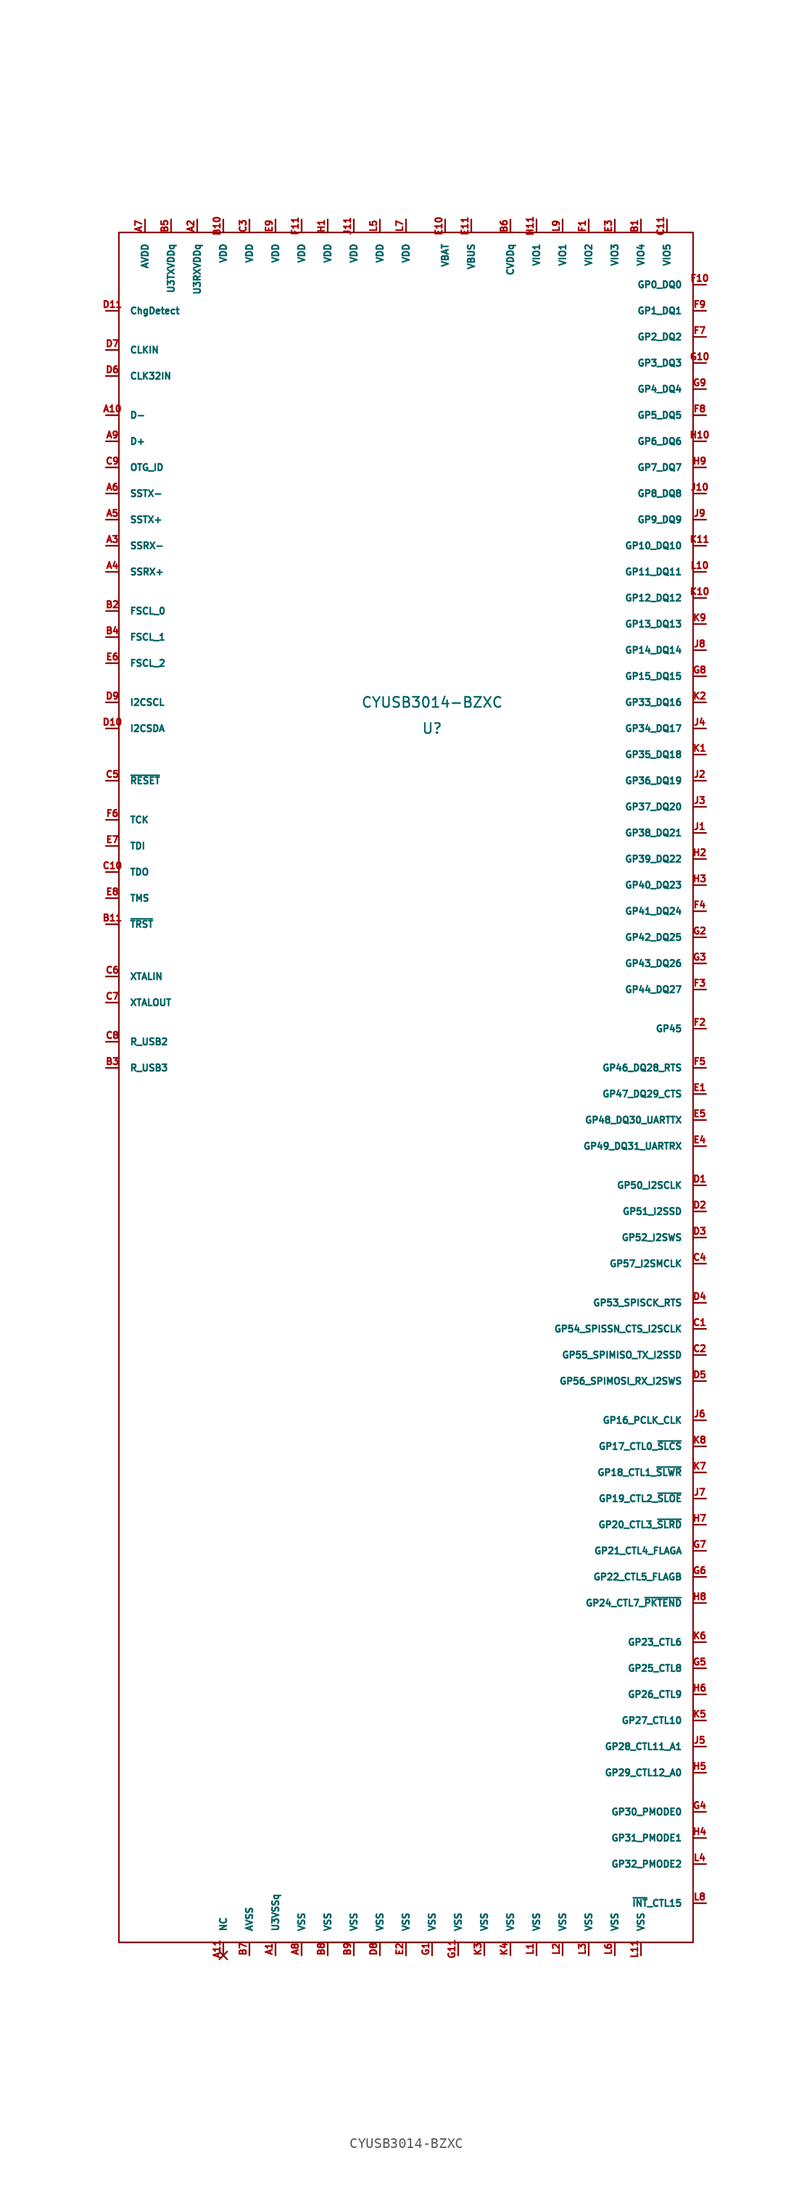
<source format=kicad_sym>
(kicad_symbol_lib
  (version 20211014)
  (generator kicad_symbol_editor)
  (symbol "CYUSB3014-BZXC"
    (pin_names
      (offset 1.016))
    (property "Reference" "U"
      (at 0 -1.27 0)
      (effects (font (size 0.991 0.991))))
    (property "Value" "CYUSB3014-BZXC"
      (at 0 1.27 0)
      (effects (font (size 0.991 0.991))))
    (symbol "CYUSB3014-BZXC_0_1"
      (rectangle (start -30.48 46.99) (end 25.4 -119.38) (stroke (width 0) (type default) (color 0 0 0 0)) (fill (type none))))
    (symbol "CYUSB3014-BZXC_1_1"
      (pin power_in line (at -15.24 -120.65 90) (length 1.27) (name "U3VSSq" (effects (font (size 0.635 0.635)))) (number "A1" (effects (font (size 0.635 0.635)))))
      (pin bidirectional line (at -31.75 29.21 0) (length 1.27) (name "D-" (effects (font (size 0.635 0.635)))) (number "A10" (effects (font (size 0.635 0.635)))))
      (pin no_connect line (at -20.32 -120.65 90) (length 1.27) (name "NC" (effects (font (size 0.635 0.635)))) (number "A11" (effects (font (size 0.635 0.635)))))
      (pin power_in line (at -22.86 48.26 270) (length 1.27) (name "U3RXVDDq" (effects (font (size 0.635 0.635)))) (number "A2" (effects (font (size 0.635 0.635)))))
      (pin input line (at -31.75 16.51 0) (length 1.27) (name "SSRX-" (effects (font (size 0.635 0.635)))) (number "A3" (effects (font (size 0.635 0.635)))))
      (pin input line (at -31.75 13.97 0) (length 1.27) (name "SSRX+" (effects (font (size 0.635 0.635)))) (number "A4" (effects (font (size 0.635 0.635)))))
      (pin output line (at -31.75 19.05 0) (length 1.27) (name "SSTX+" (effects (font (size 0.635 0.635)))) (number "A5" (effects (font (size 0.635 0.635)))))
      (pin output line (at -31.75 21.59 0) (length 1.27) (name "SSTX-" (effects (font (size 0.635 0.635)))) (number "A6" (effects (font (size 0.635 0.635)))))
      (pin power_in line (at -27.94 48.26 270) (length 1.27) (name "AVDD" (effects (font (size 0.635 0.635)))) (number "A7" (effects (font (size 0.635 0.635)))))
      (pin power_in line (at -12.7 -120.65 90) (length 1.27) (name "VSS" (effects (font (size 0.635 0.635)))) (number "A8" (effects (font (size 0.635 0.635)))))
      (pin bidirectional line (at -31.75 26.67 0) (length 1.27) (name "D+" (effects (font (size 0.635 0.635)))) (number "A9" (effects (font (size 0.635 0.635)))))
      (pin power_in line (at 20.32 48.26 270) (length 1.27) (name "VIO4" (effects (font (size 0.635 0.635)))) (number "B1" (effects (font (size 0.635 0.635)))))
      (pin power_in line (at -20.32 48.26 270) (length 1.27) (name "VDD" (effects (font (size 0.635 0.635)))) (number "B10" (effects (font (size 0.635 0.635)))))
      (pin input line (at -31.75 -20.32 0) (length 1.27) (name "~{TRST}" (effects (font (size 0.635 0.635)))) (number "B11" (effects (font (size 0.635 0.635)))))
      (pin input line (at -31.75 10.16 0) (length 1.27) (name "FSCL_0" (effects (font (size 0.635 0.635)))) (number "B2" (effects (font (size 0.635 0.635)))))
      (pin passive line (at -31.75 -34.29 0) (length 1.27) (name "R_USB3" (effects (font (size 0.635 0.635)))) (number "B3" (effects (font (size 0.635 0.635)))))
      (pin input line (at -31.75 7.62 0) (length 1.27) (name "FSCL_1" (effects (font (size 0.635 0.635)))) (number "B4" (effects (font (size 0.635 0.635)))))
      (pin power_in line (at -25.4 48.26 270) (length 1.27) (name "U3TXVDDq" (effects (font (size 0.635 0.635)))) (number "B5" (effects (font (size 0.635 0.635)))))
      (pin power_in line (at 7.62 48.26 270) (length 1.27) (name "CVDDq" (effects (font (size 0.635 0.635)))) (number "B6" (effects (font (size 0.635 0.635)))))
      (pin power_in line (at -17.78 -120.65 90) (length 1.27) (name "AVSS" (effects (font (size 0.635 0.635)))) (number "B7" (effects (font (size 0.635 0.635)))))
      (pin power_in line (at -10.16 -120.65 90) (length 1.27) (name "VSS" (effects (font (size 0.635 0.635)))) (number "B8" (effects (font (size 0.635 0.635)))))
      (pin power_in line (at -7.62 -120.65 90) (length 1.27) (name "VSS" (effects (font (size 0.635 0.635)))) (number "B9" (effects (font (size 0.635 0.635)))))
      (pin bidirectional line (at 26.67 -59.69 180) (length 1.27) (name "GP54_SPISSN_CTS_I2SCLK" (effects (font (size 0.635 0.635)))) (number "C1" (effects (font (size 0.635 0.635)))))
      (pin output line (at -31.75 -15.24 0) (length 1.27) (name "TDO" (effects (font (size 0.635 0.635)))) (number "C10" (effects (font (size 0.635 0.635)))))
      (pin power_in line (at 22.86 48.26 270) (length 1.27) (name "VIO5" (effects (font (size 0.635 0.635)))) (number "C11" (effects (font (size 0.635 0.635)))))
      (pin bidirectional line (at 26.67 -62.23 180) (length 1.27) (name "GP55_SPIMISO_TX_I2SSD" (effects (font (size 0.635 0.635)))) (number "C2" (effects (font (size 0.635 0.635)))))
      (pin power_in line (at -17.78 48.26 270) (length 1.27) (name "VDD" (effects (font (size 0.635 0.635)))) (number "C3" (effects (font (size 0.635 0.635)))))
      (pin bidirectional line (at 26.67 -53.34 180) (length 1.27) (name "GP57_I2SMCLK" (effects (font (size 0.635 0.635)))) (number "C4" (effects (font (size 0.635 0.635)))))
      (pin input line (at -31.75 -6.35 0) (length 1.27) (name "~{RESET}" (effects (font (size 0.635 0.635)))) (number "C5" (effects (font (size 0.635 0.635)))))
      (pin input line (at -31.75 -25.4 0) (length 1.27) (name "XTALIN" (effects (font (size 0.635 0.635)))) (number "C6" (effects (font (size 0.635 0.635)))))
      (pin output line (at -31.75 -27.94 0) (length 1.27) (name "XTALOUT" (effects (font (size 0.635 0.635)))) (number "C7" (effects (font (size 0.635 0.635)))))
      (pin passive line (at -31.75 -31.75 0) (length 1.27) (name "R_USB2" (effects (font (size 0.635 0.635)))) (number "C8" (effects (font (size 0.635 0.635)))))
      (pin input line (at -31.75 24.13 0) (length 1.27) (name "OTG_ID" (effects (font (size 0.635 0.635)))) (number "C9" (effects (font (size 0.635 0.635)))))
      (pin bidirectional line (at 26.67 -45.72 180) (length 1.27) (name "GP50_I2SCLK" (effects (font (size 0.635 0.635)))) (number "D1" (effects (font (size 0.635 0.635)))))
      (pin bidirectional line (at -31.75 -1.27 0) (length 1.27) (name "I2CSDA" (effects (font (size 0.635 0.635)))) (number "D10" (effects (font (size 0.635 0.635)))))
      (pin input line (at -31.75 39.37 0) (length 1.27) (name "ChgDetect" (effects (font (size 0.635 0.635)))) (number "D11" (effects (font (size 0.635 0.635)))))
      (pin bidirectional line (at 26.67 -48.26 180) (length 1.27) (name "GP51_I2SSD" (effects (font (size 0.635 0.635)))) (number "D2" (effects (font (size 0.635 0.635)))))
      (pin bidirectional line (at 26.67 -50.8 180) (length 1.27) (name "GP52_I2SWS" (effects (font (size 0.635 0.635)))) (number "D3" (effects (font (size 0.635 0.635)))))
      (pin bidirectional line (at 26.67 -57.15 180) (length 1.27) (name "GP53_SPISCK_RTS" (effects (font (size 0.635 0.635)))) (number "D4" (effects (font (size 0.635 0.635)))))
      (pin bidirectional line (at 26.67 -64.77 180) (length 1.27) (name "GP56_SPIMOSI_RX_I2SWS" (effects (font (size 0.635 0.635)))) (number "D5" (effects (font (size 0.635 0.635)))))
      (pin input line (at -31.75 33.02 0) (length 1.27) (name "CLK32IN" (effects (font (size 0.635 0.635)))) (number "D6" (effects (font (size 0.635 0.635)))))
      (pin input line (at -31.75 35.56 0) (length 1.27) (name "CLKIN" (effects (font (size 0.635 0.635)))) (number "D7" (effects (font (size 0.635 0.635)))))
      (pin power_in line (at -5.08 -120.65 90) (length 1.27) (name "VSS" (effects (font (size 0.635 0.635)))) (number "D8" (effects (font (size 0.635 0.635)))))
      (pin bidirectional line (at -31.75 1.27 0) (length 1.27) (name "I2CSCL" (effects (font (size 0.635 0.635)))) (number "D9" (effects (font (size 0.635 0.635)))))
      (pin bidirectional line (at 26.67 -36.83 180) (length 1.27) (name "GP47_DQ29_CTS" (effects (font (size 0.635 0.635)))) (number "E1" (effects (font (size 0.635 0.635)))))
      (pin power_in line (at 1.27 48.26 270) (length 1.27) (name "VBAT" (effects (font (size 0.635 0.635)))) (number "E10" (effects (font (size 0.635 0.635)))))
      (pin power_in line (at 3.81 48.26 270) (length 1.27) (name "VBUS" (effects (font (size 0.635 0.635)))) (number "E11" (effects (font (size 0.635 0.635)))))
      (pin power_in line (at -2.54 -120.65 90) (length 1.27) (name "VSS" (effects (font (size 0.635 0.635)))) (number "E2" (effects (font (size 0.635 0.635)))))
      (pin power_in line (at 17.78 48.26 270) (length 1.27) (name "VIO3" (effects (font (size 0.635 0.635)))) (number "E3" (effects (font (size 0.635 0.635)))))
      (pin bidirectional line (at 26.67 -41.91 180) (length 1.27) (name "GP49_DQ31_UARTRX" (effects (font (size 0.635 0.635)))) (number "E4" (effects (font (size 0.635 0.635)))))
      (pin bidirectional line (at 26.67 -39.37 180) (length 1.27) (name "GP48_DQ30_UARTTX" (effects (font (size 0.635 0.635)))) (number "E5" (effects (font (size 0.635 0.635)))))
      (pin input line (at -31.75 5.08 0) (length 1.27) (name "FSCL_2" (effects (font (size 0.635 0.635)))) (number "E6" (effects (font (size 0.635 0.635)))))
      (pin input line (at -31.75 -12.7 0) (length 1.27) (name "TDI" (effects (font (size 0.635 0.635)))) (number "E7" (effects (font (size 0.635 0.635)))))
      (pin input line (at -31.75 -17.78 0) (length 1.27) (name "TMS" (effects (font (size 0.635 0.635)))) (number "E8" (effects (font (size 0.635 0.635)))))
      (pin power_in line (at -15.24 48.26 270) (length 1.27) (name "VDD" (effects (font (size 0.635 0.635)))) (number "E9" (effects (font (size 0.635 0.635)))))
      (pin power_in line (at 15.24 48.26 270) (length 1.27) (name "VIO2" (effects (font (size 0.635 0.635)))) (number "F1" (effects (font (size 0.635 0.635)))))
      (pin bidirectional line (at 26.67 41.91 180) (length 1.27) (name "GP0_DQ0" (effects (font (size 0.635 0.635)))) (number "F10" (effects (font (size 0.635 0.635)))))
      (pin power_in line (at -12.7 48.26 270) (length 1.27) (name "VDD" (effects (font (size 0.635 0.635)))) (number "F11" (effects (font (size 0.635 0.635)))))
      (pin bidirectional line (at 26.67 -30.48 180) (length 1.27) (name "GP45" (effects (font (size 0.635 0.635)))) (number "F2" (effects (font (size 0.635 0.635)))))
      (pin bidirectional line (at 26.67 -26.67 180) (length 1.27) (name "GP44_DQ27" (effects (font (size 0.635 0.635)))) (number "F3" (effects (font (size 0.635 0.635)))))
      (pin bidirectional line (at 26.67 -19.05 180) (length 1.27) (name "GP41_DQ24" (effects (font (size 0.635 0.635)))) (number "F4" (effects (font (size 0.635 0.635)))))
      (pin bidirectional line (at 26.67 -34.29 180) (length 1.27) (name "GP46_DQ28_RTS" (effects (font (size 0.635 0.635)))) (number "F5" (effects (font (size 0.635 0.635)))))
      (pin input line (at -31.75 -10.16 0) (length 1.27) (name "TCK" (effects (font (size 0.635 0.635)))) (number "F6" (effects (font (size 0.635 0.635)))))
      (pin bidirectional line (at 26.67 36.83 180) (length 1.27) (name "GP2_DQ2" (effects (font (size 0.635 0.635)))) (number "F7" (effects (font (size 0.635 0.635)))))
      (pin bidirectional line (at 26.67 29.21 180) (length 1.27) (name "GP5_DQ5" (effects (font (size 0.635 0.635)))) (number "F8" (effects (font (size 0.635 0.635)))))
      (pin bidirectional line (at 26.67 39.37 180) (length 1.27) (name "GP1_DQ1" (effects (font (size 0.635 0.635)))) (number "F9" (effects (font (size 0.635 0.635)))))
      (pin power_in line (at 0 -120.65 90) (length 1.27) (name "VSS" (effects (font (size 0.635 0.635)))) (number "G1" (effects (font (size 0.635 0.635)))))
      (pin bidirectional line (at 26.67 34.29 180) (length 1.27) (name "GP3_DQ3" (effects (font (size 0.635 0.635)))) (number "G10" (effects (font (size 0.635 0.635)))))
      (pin power_in line (at 2.54 -120.65 90) (length 1.27) (name "VSS" (effects (font (size 0.635 0.635)))) (number "G11" (effects (font (size 0.635 0.635)))))
      (pin bidirectional line (at 26.67 -21.59 180) (length 1.27) (name "GP42_DQ25" (effects (font (size 0.635 0.635)))) (number "G2" (effects (font (size 0.635 0.635)))))
      (pin bidirectional line (at 26.67 -24.13 180) (length 1.27) (name "GP43_DQ26" (effects (font (size 0.635 0.635)))) (number "G3" (effects (font (size 0.635 0.635)))))
      (pin bidirectional line (at 26.67 -106.68 180) (length 1.27) (name "GP30_PMODE0" (effects (font (size 0.635 0.635)))) (number "G4" (effects (font (size 0.635 0.635)))))
      (pin bidirectional line (at 26.67 -92.71 180) (length 1.27) (name "GP25_CTL8" (effects (font (size 0.635 0.635)))) (number "G5" (effects (font (size 0.635 0.635)))))
      (pin bidirectional line (at 26.67 -83.82 180) (length 1.27) (name "GP22_CTL5_FLAGB" (effects (font (size 0.635 0.635)))) (number "G6" (effects (font (size 0.635 0.635)))))
      (pin bidirectional line (at 26.67 -81.28 180) (length 1.27) (name "GP21_CTL4_FLAGA" (effects (font (size 0.635 0.635)))) (number "G7" (effects (font (size 0.635 0.635)))))
      (pin bidirectional line (at 26.67 3.81 180) (length 1.27) (name "GP15_DQ15" (effects (font (size 0.635 0.635)))) (number "G8" (effects (font (size 0.635 0.635)))))
      (pin bidirectional line (at 26.67 31.75 180) (length 1.27) (name "GP4_DQ4" (effects (font (size 0.635 0.635)))) (number "G9" (effects (font (size 0.635 0.635)))))
      (pin power_in line (at -10.16 48.26 270) (length 1.27) (name "VDD" (effects (font (size 0.635 0.635)))) (number "H1" (effects (font (size 0.635 0.635)))))
      (pin bidirectional line (at 26.67 26.67 180) (length 1.27) (name "GP6_DQ6" (effects (font (size 0.635 0.635)))) (number "H10" (effects (font (size 0.635 0.635)))))
      (pin power_in line (at 10.16 48.26 270) (length 1.27) (name "VIO1" (effects (font (size 0.635 0.635)))) (number "H11" (effects (font (size 0.635 0.635)))))
      (pin bidirectional line (at 26.67 -13.97 180) (length 1.27) (name "GP39_DQ22" (effects (font (size 0.635 0.635)))) (number "H2" (effects (font (size 0.635 0.635)))))
      (pin bidirectional line (at 26.67 -16.51 180) (length 1.27) (name "GP40_DQ23" (effects (font (size 0.635 0.635)))) (number "H3" (effects (font (size 0.635 0.635)))))
      (pin bidirectional line (at 26.67 -109.22 180) (length 1.27) (name "GP31_PMODE1" (effects (font (size 0.635 0.635)))) (number "H4" (effects (font (size 0.635 0.635)))))
      (pin bidirectional line (at 26.67 -102.87 180) (length 1.27) (name "GP29_CTL12_A0" (effects (font (size 0.635 0.635)))) (number "H5" (effects (font (size 0.635 0.635)))))
      (pin bidirectional line (at 26.67 -95.25 180) (length 1.27) (name "GP26_CTL9" (effects (font (size 0.635 0.635)))) (number "H6" (effects (font (size 0.635 0.635)))))
      (pin bidirectional line (at 26.67 -78.74 180) (length 1.27) (name "GP20_CTL3_~{SLRD}" (effects (font (size 0.635 0.635)))) (number "H7" (effects (font (size 0.635 0.635)))))
      (pin bidirectional line (at 26.67 -86.36 180) (length 1.27) (name "GP24_CTL7_~{PKTEND}" (effects (font (size 0.635 0.635)))) (number "H8" (effects (font (size 0.635 0.635)))))
      (pin bidirectional line (at 26.67 24.13 180) (length 1.27) (name "GP7_DQ7" (effects (font (size 0.635 0.635)))) (number "H9" (effects (font (size 0.635 0.635)))))
      (pin bidirectional line (at 26.67 -11.43 180) (length 1.27) (name "GP38_DQ21" (effects (font (size 0.635 0.635)))) (number "J1" (effects (font (size 0.635 0.635)))))
      (pin bidirectional line (at 26.67 21.59 180) (length 1.27) (name "GP8_DQ8" (effects (font (size 0.635 0.635)))) (number "J10" (effects (font (size 0.635 0.635)))))
      (pin power_in line (at -7.62 48.26 270) (length 1.27) (name "VDD" (effects (font (size 0.635 0.635)))) (number "J11" (effects (font (size 0.635 0.635)))))
      (pin bidirectional line (at 26.67 -6.35 180) (length 1.27) (name "GP36_DQ19" (effects (font (size 0.635 0.635)))) (number "J2" (effects (font (size 0.635 0.635)))))
      (pin bidirectional line (at 26.67 -8.89 180) (length 1.27) (name "GP37_DQ20" (effects (font (size 0.635 0.635)))) (number "J3" (effects (font (size 0.635 0.635)))))
      (pin bidirectional line (at 26.67 -1.27 180) (length 1.27) (name "GP34_DQ17" (effects (font (size 0.635 0.635)))) (number "J4" (effects (font (size 0.635 0.635)))))
      (pin bidirectional line (at 26.67 -100.33 180) (length 1.27) (name "GP28_CTL11_A1" (effects (font (size 0.635 0.635)))) (number "J5" (effects (font (size 0.635 0.635)))))
      (pin bidirectional line (at 26.67 -68.58 180) (length 1.27) (name "GP16_PCLK_CLK" (effects (font (size 0.635 0.635)))) (number "J6" (effects (font (size 0.635 0.635)))))
      (pin bidirectional line (at 26.67 -76.2 180) (length 1.27) (name "GP19_CTL2_~{SLOE}" (effects (font (size 0.635 0.635)))) (number "J7" (effects (font (size 0.635 0.635)))))
      (pin bidirectional line (at 26.67 6.35 180) (length 1.27) (name "GP14_DQ14" (effects (font (size 0.635 0.635)))) (number "J8" (effects (font (size 0.635 0.635)))))
      (pin bidirectional line (at 26.67 19.05 180) (length 1.27) (name "GP9_DQ9" (effects (font (size 0.635 0.635)))) (number "J9" (effects (font (size 0.635 0.635)))))
      (pin bidirectional line (at 26.67 -3.81 180) (length 1.27) (name "GP35_DQ18" (effects (font (size 0.635 0.635)))) (number "K1" (effects (font (size 0.635 0.635)))))
      (pin bidirectional line (at 26.67 11.43 180) (length 1.27) (name "GP12_DQ12" (effects (font (size 0.635 0.635)))) (number "K10" (effects (font (size 0.635 0.635)))))
      (pin bidirectional line (at 26.67 16.51 180) (length 1.27) (name "GP10_DQ10" (effects (font (size 0.635 0.635)))) (number "K11" (effects (font (size 0.635 0.635)))))
      (pin bidirectional line (at 26.67 1.27 180) (length 1.27) (name "GP33_DQ16" (effects (font (size 0.635 0.635)))) (number "K2" (effects (font (size 0.635 0.635)))))
      (pin power_in line (at 5.08 -120.65 90) (length 1.27) (name "VSS" (effects (font (size 0.635 0.635)))) (number "K3" (effects (font (size 0.635 0.635)))))
      (pin power_in line (at 7.62 -120.65 90) (length 1.27) (name "VSS" (effects (font (size 0.635 0.635)))) (number "K4" (effects (font (size 0.635 0.635)))))
      (pin bidirectional line (at 26.67 -97.79 180) (length 1.27) (name "GP27_CTL10" (effects (font (size 0.635 0.635)))) (number "K5" (effects (font (size 0.635 0.635)))))
      (pin bidirectional line (at 26.67 -90.17 180) (length 1.27) (name "GP23_CTL6" (effects (font (size 0.635 0.635)))) (number "K6" (effects (font (size 0.635 0.635)))))
      (pin bidirectional line (at 26.67 -73.66 180) (length 1.27) (name "GP18_CTL1_~{SLWR}" (effects (font (size 0.635 0.635)))) (number "K7" (effects (font (size 0.635 0.635)))))
      (pin bidirectional line (at 26.67 -71.12 180) (length 1.27) (name "GP17_CTL0_~{SLCS}" (effects (font (size 0.635 0.635)))) (number "K8" (effects (font (size 0.635 0.635)))))
      (pin bidirectional line (at 26.67 8.89 180) (length 1.27) (name "GP13_DQ13" (effects (font (size 0.635 0.635)))) (number "K9" (effects (font (size 0.635 0.635)))))
      (pin power_in line (at 10.16 -120.65 90) (length 1.27) (name "VSS" (effects (font (size 0.635 0.635)))) (number "L1" (effects (font (size 0.635 0.635)))))
      (pin bidirectional line (at 26.67 13.97 180) (length 1.27) (name "GP11_DQ11" (effects (font (size 0.635 0.635)))) (number "L10" (effects (font (size 0.635 0.635)))))
      (pin power_in line (at 20.32 -120.65 90) (length 1.27) (name "VSS" (effects (font (size 0.635 0.635)))) (number "L11" (effects (font (size 0.635 0.635)))))
      (pin power_in line (at 12.7 -120.65 90) (length 1.27) (name "VSS" (effects (font (size 0.635 0.635)))) (number "L2" (effects (font (size 0.635 0.635)))))
      (pin power_in line (at 15.24 -120.65 90) (length 1.27) (name "VSS" (effects (font (size 0.635 0.635)))) (number "L3" (effects (font (size 0.635 0.635)))))
      (pin bidirectional line (at 26.67 -111.76 180) (length 1.27) (name "GP32_PMODE2" (effects (font (size 0.635 0.635)))) (number "L4" (effects (font (size 0.635 0.635)))))
      (pin power_in line (at -5.08 48.26 270) (length 1.27) (name "VDD" (effects (font (size 0.635 0.635)))) (number "L5" (effects (font (size 0.635 0.635)))))
      (pin power_in line (at 17.78 -120.65 90) (length 1.27) (name "VSS" (effects (font (size 0.635 0.635)))) (number "L6" (effects (font (size 0.635 0.635)))))
      (pin power_in line (at -2.54 48.26 270) (length 1.27) (name "VDD" (effects (font (size 0.635 0.635)))) (number "L7" (effects (font (size 0.635 0.635)))))
      (pin bidirectional line (at 26.67 -115.57 180) (length 1.27) (name "~{INT}_CTL15" (effects (font (size 0.635 0.635)))) (number "L8" (effects (font (size 0.635 0.635)))))
      (pin power_in line (at 12.7 48.26 270) (length 1.27) (name "VIO1" (effects (font (size 0.635 0.635)))) (number "L9" (effects (font (size 0.635 0.635))))))))
</source>
